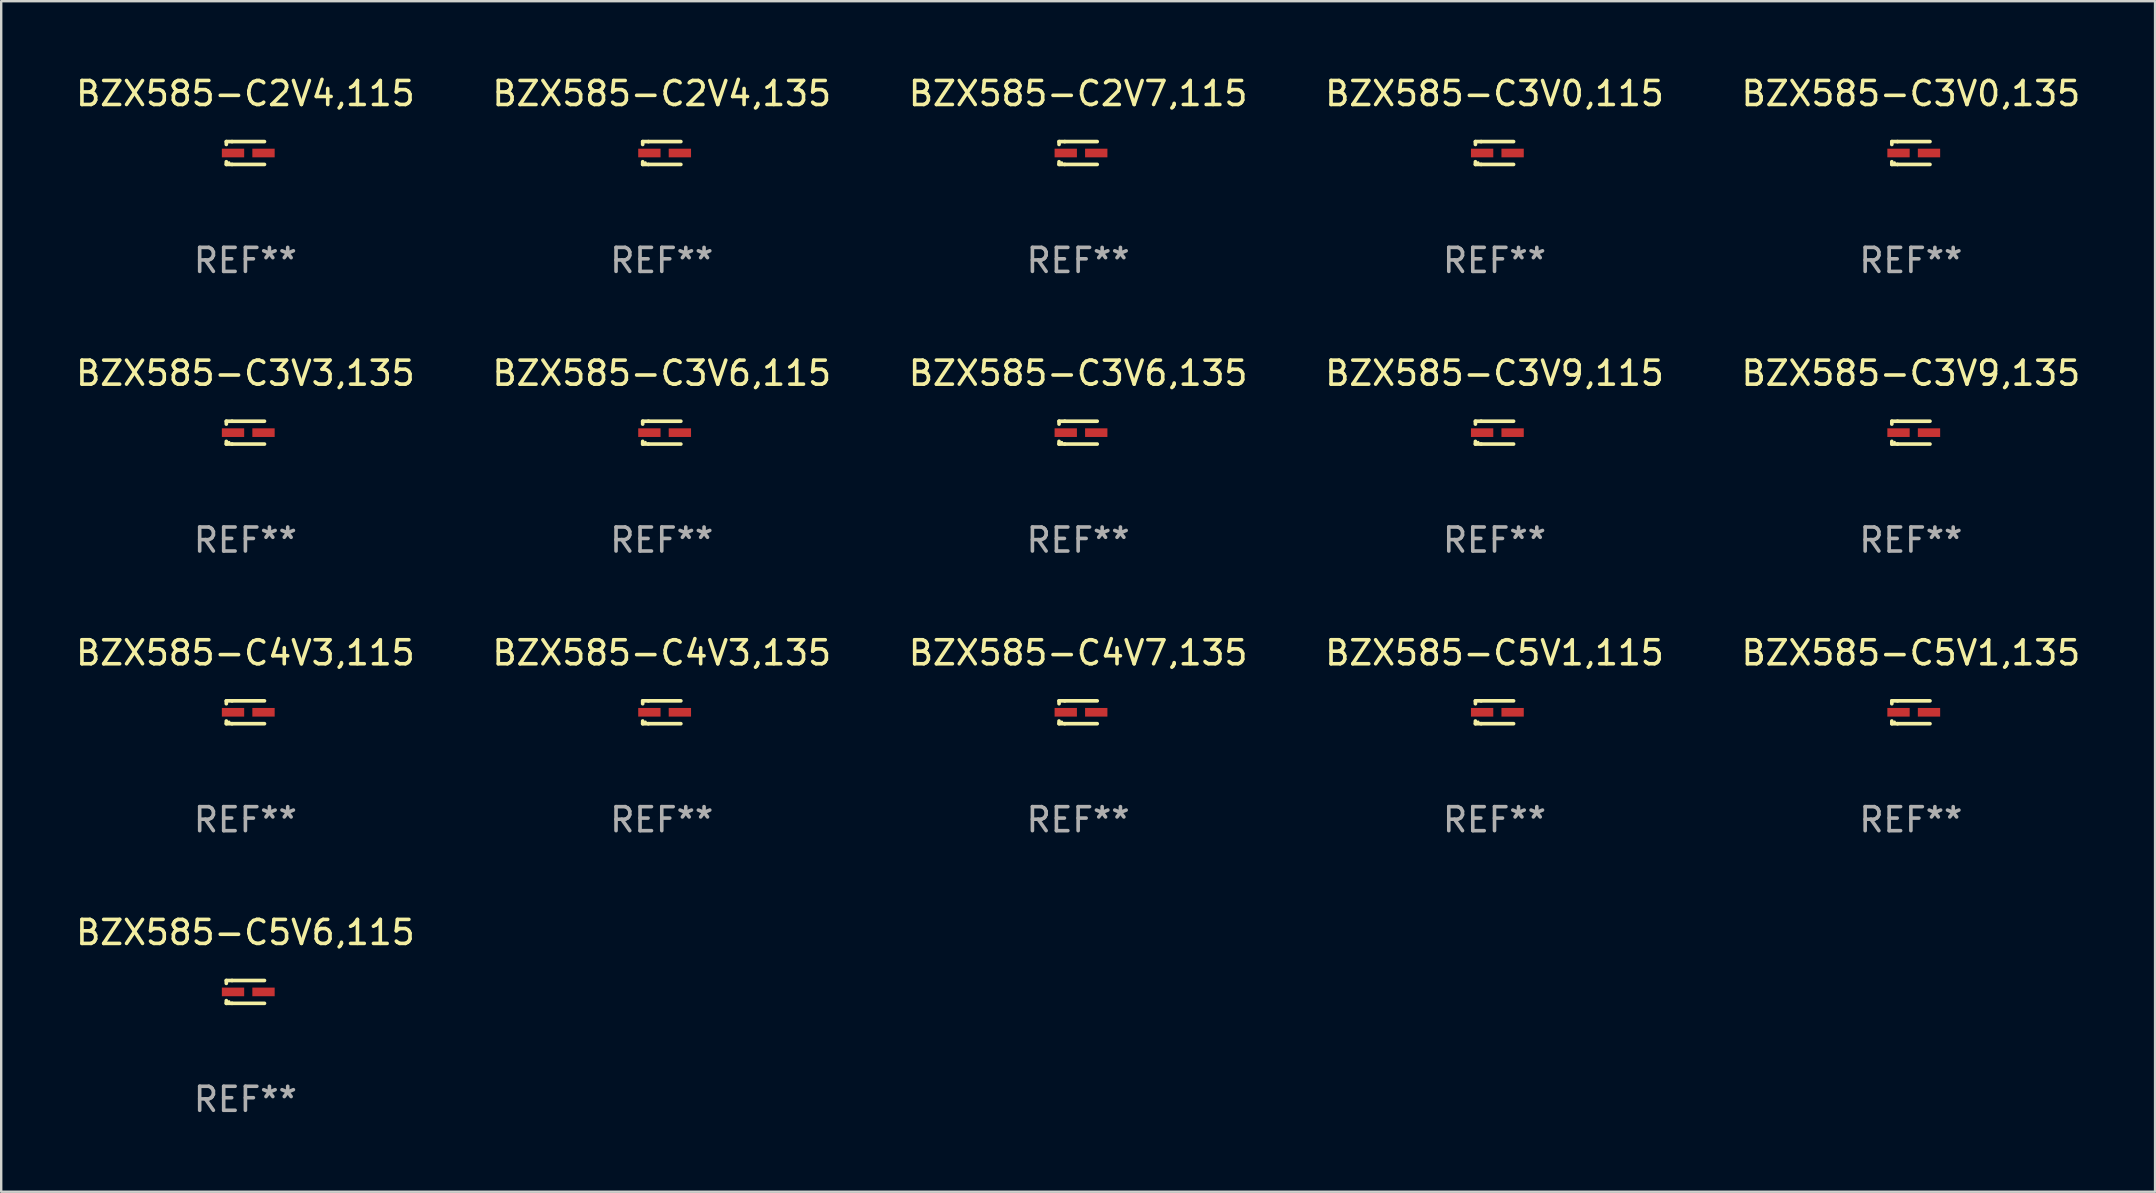
<source format=kicad_pcb>
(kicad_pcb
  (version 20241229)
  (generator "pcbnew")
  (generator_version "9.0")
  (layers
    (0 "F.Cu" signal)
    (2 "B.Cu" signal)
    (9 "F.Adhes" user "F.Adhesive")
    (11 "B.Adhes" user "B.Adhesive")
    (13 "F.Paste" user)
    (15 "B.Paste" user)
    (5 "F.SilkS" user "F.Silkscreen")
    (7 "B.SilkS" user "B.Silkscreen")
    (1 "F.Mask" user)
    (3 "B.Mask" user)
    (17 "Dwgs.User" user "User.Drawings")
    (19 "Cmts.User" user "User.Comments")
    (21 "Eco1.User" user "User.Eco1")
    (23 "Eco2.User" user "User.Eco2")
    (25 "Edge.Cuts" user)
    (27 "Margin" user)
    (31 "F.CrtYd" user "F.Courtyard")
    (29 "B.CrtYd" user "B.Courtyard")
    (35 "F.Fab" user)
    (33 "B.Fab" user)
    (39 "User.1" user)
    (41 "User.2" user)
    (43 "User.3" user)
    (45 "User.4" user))
  (footprint "BZX585-C2V4,135"
    (layer "F.Cu")
    (at 24.518 3.324)
    (property "Reference" "BZX585-C2V4,135" (at 0 -2.476 0) (layer "F.SilkS") (effects (font (size 1 1) (thickness 0.15))))
    (attr through_hole)
    (fp_line (start -0.795 -0.476) (end -0.795 -0.356) (stroke (width 0.152) (type solid)) (layer "F.SilkS"))
    (fp_line (start -0.795 0.363) (end -0.795 0.476) (stroke (width 0.152) (type solid)) (layer "F.SilkS"))
    (fp_line (start -0.795 0.476) (end -0.557 0.476) (stroke (width 0.152) (type solid)) (layer "F.SilkS"))
    (fp_line (start -0.557 -0.476) (end -0.795 -0.476) (stroke (width 0.152) (type solid)) (layer "F.SilkS"))
    (fp_line (start -0.557 -0.476) (end 0.795 -0.476) (stroke (width 0.152) (type solid)) (layer "F.SilkS"))
    (fp_line (start -0.557 0.476) (end 0.795 0.476) (stroke (width 0.152) (type solid)) (layer "F.SilkS"))
    (fp_circle (center -0.681 0.4) (end -0.651 0.4) (stroke (width 0.06) (type solid)) (fill no) (layer "F.SilkS"))
    (fp_text user "REF**" (at 0 4.476 0) (layer "F.Fab") (effects (font (size 1 1) (thickness 0.15))))
    (pad "1" smd rect (at -0.516 0 180) (size 0.93 0.36) (layers "F.Cu" "F.Mask" "F.Paste"))
    (pad "2" smd rect (at 0.754 0 180) (size 0.93 0.36) (layers "F.Cu" "F.Mask" "F.Paste")))
  (footprint "BZX585-C2V4,115"
    (layer "F.Cu")
    (at 7.173 3.324)
    (property "Reference" "BZX585-C2V4,115" (at 0 -2.476 0) (layer "F.SilkS") (effects (font (size 1 1) (thickness 0.15))))
    (attr through_hole)
    (fp_line (start -0.795 -0.476) (end -0.795 -0.356) (stroke (width 0.152) (type solid)) (layer "F.SilkS"))
    (fp_line (start -0.795 0.363) (end -0.795 0.476) (stroke (width 0.152) (type solid)) (layer "F.SilkS"))
    (fp_line (start -0.795 0.476) (end -0.557 0.476) (stroke (width 0.152) (type solid)) (layer "F.SilkS"))
    (fp_line (start -0.557 -0.476) (end -0.795 -0.476) (stroke (width 0.152) (type solid)) (layer "F.SilkS"))
    (fp_line (start -0.557 -0.476) (end 0.795 -0.476) (stroke (width 0.152) (type solid)) (layer "F.SilkS"))
    (fp_line (start -0.557 0.476) (end 0.795 0.476) (stroke (width 0.152) (type solid)) (layer "F.SilkS"))
    (fp_circle (center -0.681 0.4) (end -0.651 0.4) (stroke (width 0.06) (type solid)) (fill no) (layer "F.SilkS"))
    (fp_text user "REF**" (at 0 4.476 0) (layer "F.Fab") (effects (font (size 1 1) (thickness 0.15))))
    (pad "1" smd rect (at -0.516 0 180) (size 0.93 0.36) (layers "F.Cu" "F.Mask" "F.Paste"))
    (pad "2" smd rect (at 0.754 0 180) (size 0.93 0.36) (layers "F.Cu" "F.Mask" "F.Paste")))
  (footprint "BZX585-C5V6,115"
    (layer "F.Cu")
    (at 7.173 38.271)
    (property "Reference" "BZX585-C5V6,115" (at 0 -2.476 0) (layer "F.SilkS") (effects (font (size 1 1) (thickness 0.15))))
    (attr through_hole)
    (fp_line (start -0.795 -0.476) (end -0.795 -0.356) (stroke (width 0.152) (type solid)) (layer "F.SilkS"))
    (fp_line (start -0.795 0.363) (end -0.795 0.476) (stroke (width 0.152) (type solid)) (layer "F.SilkS"))
    (fp_line (start -0.795 0.476) (end -0.557 0.476) (stroke (width 0.152) (type solid)) (layer "F.SilkS"))
    (fp_line (start -0.557 -0.476) (end -0.795 -0.476) (stroke (width 0.152) (type solid)) (layer "F.SilkS"))
    (fp_line (start -0.557 -0.476) (end 0.795 -0.476) (stroke (width 0.152) (type solid)) (layer "F.SilkS"))
    (fp_line (start -0.557 0.476) (end 0.795 0.476) (stroke (width 0.152) (type solid)) (layer "F.SilkS"))
    (fp_circle (center -0.681 0.4) (end -0.651 0.4) (stroke (width 0.06) (type solid)) (fill no) (layer "F.SilkS"))
    (fp_text user "REF**" (at 0 4.476 0) (layer "F.Fab") (effects (font (size 1 1) (thickness 0.15))))
    (pad "1" smd rect (at -0.516 0 180) (size 0.93 0.36) (layers "F.Cu" "F.Mask" "F.Paste"))
    (pad "2" smd rect (at 0.754 0 180) (size 0.93 0.36) (layers "F.Cu" "F.Mask" "F.Paste")))
  (footprint "BZX585-C3V6,135"
    (layer "F.Cu")
    (at 41.863 14.973)
    (property "Reference" "BZX585-C3V6,135" (at 0 -2.476 0) (layer "F.SilkS") (effects (font (size 1 1) (thickness 0.15))))
    (attr through_hole)
    (fp_line (start -0.795 -0.476) (end -0.795 -0.356) (stroke (width 0.152) (type solid)) (layer "F.SilkS"))
    (fp_line (start -0.795 0.363) (end -0.795 0.476) (stroke (width 0.152) (type solid)) (layer "F.SilkS"))
    (fp_line (start -0.795 0.476) (end -0.557 0.476) (stroke (width 0.152) (type solid)) (layer "F.SilkS"))
    (fp_line (start -0.557 -0.476) (end -0.795 -0.476) (stroke (width 0.152) (type solid)) (layer "F.SilkS"))
    (fp_line (start -0.557 -0.476) (end 0.795 -0.476) (stroke (width 0.152) (type solid)) (layer "F.SilkS"))
    (fp_line (start -0.557 0.476) (end 0.795 0.476) (stroke (width 0.152) (type solid)) (layer "F.SilkS"))
    (fp_circle (center -0.681 0.4) (end -0.651 0.4) (stroke (width 0.06) (type solid)) (fill no) (layer "F.SilkS"))
    (fp_text user "REF**" (at 0 4.476 0) (layer "F.Fab") (effects (font (size 1 1) (thickness 0.15))))
    (pad "1" smd rect (at -0.516 0 180) (size 0.93 0.36) (layers "F.Cu" "F.Mask" "F.Paste"))
    (pad "2" smd rect (at 0.754 0 180) (size 0.93 0.36) (layers "F.Cu" "F.Mask" "F.Paste")))
  (footprint "BZX585-C3V6,115"
    (layer "F.Cu")
    (at 24.518 14.973)
    (property "Reference" "BZX585-C3V6,115" (at 0 -2.476 0) (layer "F.SilkS") (effects (font (size 1 1) (thickness 0.15))))
    (attr through_hole)
    (fp_line (start -0.795 -0.476) (end -0.795 -0.356) (stroke (width 0.152) (type solid)) (layer "F.SilkS"))
    (fp_line (start -0.795 0.363) (end -0.795 0.476) (stroke (width 0.152) (type solid)) (layer "F.SilkS"))
    (fp_line (start -0.795 0.476) (end -0.557 0.476) (stroke (width 0.152) (type solid)) (layer "F.SilkS"))
    (fp_line (start -0.557 -0.476) (end -0.795 -0.476) (stroke (width 0.152) (type solid)) (layer "F.SilkS"))
    (fp_line (start -0.557 -0.476) (end 0.795 -0.476) (stroke (width 0.152) (type solid)) (layer "F.SilkS"))
    (fp_line (start -0.557 0.476) (end 0.795 0.476) (stroke (width 0.152) (type solid)) (layer "F.SilkS"))
    (fp_circle (center -0.681 0.4) (end -0.651 0.4) (stroke (width 0.06) (type solid)) (fill no) (layer "F.SilkS"))
    (fp_text user "REF**" (at 0 4.476 0) (layer "F.Fab") (effects (font (size 1 1) (thickness 0.15))))
    (pad "1" smd rect (at -0.516 0 180) (size 0.93 0.36) (layers "F.Cu" "F.Mask" "F.Paste"))
    (pad "2" smd rect (at 0.754 0 180) (size 0.93 0.36) (layers "F.Cu" "F.Mask" "F.Paste")))
  (footprint "BZX585-C4V3,135"
    (layer "F.Cu")
    (at 24.518 26.622)
    (property "Reference" "BZX585-C4V3,135" (at 0 -2.476 0) (layer "F.SilkS") (effects (font (size 1 1) (thickness 0.15))))
    (attr through_hole)
    (fp_line (start -0.795 -0.476) (end -0.795 -0.356) (stroke (width 0.152) (type solid)) (layer "F.SilkS"))
    (fp_line (start -0.795 0.363) (end -0.795 0.476) (stroke (width 0.152) (type solid)) (layer "F.SilkS"))
    (fp_line (start -0.795 0.476) (end -0.557 0.476) (stroke (width 0.152) (type solid)) (layer "F.SilkS"))
    (fp_line (start -0.557 -0.476) (end -0.795 -0.476) (stroke (width 0.152) (type solid)) (layer "F.SilkS"))
    (fp_line (start -0.557 -0.476) (end 0.795 -0.476) (stroke (width 0.152) (type solid)) (layer "F.SilkS"))
    (fp_line (start -0.557 0.476) (end 0.795 0.476) (stroke (width 0.152) (type solid)) (layer "F.SilkS"))
    (fp_circle (center -0.681 0.4) (end -0.651 0.4) (stroke (width 0.06) (type solid)) (fill no) (layer "F.SilkS"))
    (fp_text user "REF**" (at 0 4.476 0) (layer "F.Fab") (effects (font (size 1 1) (thickness 0.15))))
    (pad "1" smd rect (at -0.516 0 180) (size 0.93 0.36) (layers "F.Cu" "F.Mask" "F.Paste"))
    (pad "2" smd rect (at 0.754 0 180) (size 0.93 0.36) (layers "F.Cu" "F.Mask" "F.Paste")))
  (footprint "BZX585-C3V3,135"
    (layer "F.Cu")
    (at 7.173 14.973)
    (property "Reference" "BZX585-C3V3,135" (at 0 -2.476 0) (layer "F.SilkS") (effects (font (size 1 1) (thickness 0.15))))
    (attr through_hole)
    (fp_line (start -0.795 -0.476) (end -0.795 -0.356) (stroke (width 0.152) (type solid)) (layer "F.SilkS"))
    (fp_line (start -0.795 0.363) (end -0.795 0.476) (stroke (width 0.152) (type solid)) (layer "F.SilkS"))
    (fp_line (start -0.795 0.476) (end -0.557 0.476) (stroke (width 0.152) (type solid)) (layer "F.SilkS"))
    (fp_line (start -0.557 -0.476) (end -0.795 -0.476) (stroke (width 0.152) (type solid)) (layer "F.SilkS"))
    (fp_line (start -0.557 -0.476) (end 0.795 -0.476) (stroke (width 0.152) (type solid)) (layer "F.SilkS"))
    (fp_line (start -0.557 0.476) (end 0.795 0.476) (stroke (width 0.152) (type solid)) (layer "F.SilkS"))
    (fp_circle (center -0.681 0.4) (end -0.651 0.4) (stroke (width 0.06) (type solid)) (fill no) (layer "F.SilkS"))
    (fp_text user "REF**" (at 0 4.476 0) (layer "F.Fab") (effects (font (size 1 1) (thickness 0.15))))
    (pad "1" smd rect (at -0.516 0 180) (size 0.93 0.36) (layers "F.Cu" "F.Mask" "F.Paste"))
    (pad "2" smd rect (at 0.754 0 180) (size 0.93 0.36) (layers "F.Cu" "F.Mask" "F.Paste")))
  (footprint "BZX585-C3V0,115"
    (layer "F.Cu")
    (at 59.208 3.324)
    (property "Reference" "BZX585-C3V0,115" (at 0 -2.476 0) (layer "F.SilkS") (effects (font (size 1 1) (thickness 0.15))))
    (attr through_hole)
    (fp_line (start -0.795 -0.476) (end -0.795 -0.356) (stroke (width 0.152) (type solid)) (layer "F.SilkS"))
    (fp_line (start -0.795 0.363) (end -0.795 0.476) (stroke (width 0.152) (type solid)) (layer "F.SilkS"))
    (fp_line (start -0.795 0.476) (end -0.557 0.476) (stroke (width 0.152) (type solid)) (layer "F.SilkS"))
    (fp_line (start -0.557 -0.476) (end -0.795 -0.476) (stroke (width 0.152) (type solid)) (layer "F.SilkS"))
    (fp_line (start -0.557 -0.476) (end 0.795 -0.476) (stroke (width 0.152) (type solid)) (layer "F.SilkS"))
    (fp_line (start -0.557 0.476) (end 0.795 0.476) (stroke (width 0.152) (type solid)) (layer "F.SilkS"))
    (fp_circle (center -0.681 0.4) (end -0.651 0.4) (stroke (width 0.06) (type solid)) (fill no) (layer "F.SilkS"))
    (fp_text user "REF**" (at 0 4.476 0) (layer "F.Fab") (effects (font (size 1 1) (thickness 0.15))))
    (pad "1" smd rect (at -0.516 0 180) (size 0.93 0.36) (layers "F.Cu" "F.Mask" "F.Paste"))
    (pad "2" smd rect (at 0.754 0 180) (size 0.93 0.36) (layers "F.Cu" "F.Mask" "F.Paste")))
  (footprint "BZX585-C4V7,135"
    (layer "F.Cu")
    (at 41.863 26.622)
    (property "Reference" "BZX585-C4V7,135" (at 0 -2.476 0) (layer "F.SilkS") (effects (font (size 1 1) (thickness 0.15))))
    (attr through_hole)
    (fp_line (start -0.795 -0.476) (end -0.795 -0.356) (stroke (width 0.152) (type solid)) (layer "F.SilkS"))
    (fp_line (start -0.795 0.363) (end -0.795 0.476) (stroke (width 0.152) (type solid)) (layer "F.SilkS"))
    (fp_line (start -0.795 0.476) (end -0.557 0.476) (stroke (width 0.152) (type solid)) (layer "F.SilkS"))
    (fp_line (start -0.557 -0.476) (end -0.795 -0.476) (stroke (width 0.152) (type solid)) (layer "F.SilkS"))
    (fp_line (start -0.557 -0.476) (end 0.795 -0.476) (stroke (width 0.152) (type solid)) (layer "F.SilkS"))
    (fp_line (start -0.557 0.476) (end 0.795 0.476) (stroke (width 0.152) (type solid)) (layer "F.SilkS"))
    (fp_circle (center -0.681 0.4) (end -0.651 0.4) (stroke (width 0.06) (type solid)) (fill no) (layer "F.SilkS"))
    (fp_text user "REF**" (at 0 4.476 0) (layer "F.Fab") (effects (font (size 1 1) (thickness 0.15))))
    (pad "1" smd rect (at -0.516 0 180) (size 0.93 0.36) (layers "F.Cu" "F.Mask" "F.Paste"))
    (pad "2" smd rect (at 0.754 0 180) (size 0.93 0.36) (layers "F.Cu" "F.Mask" "F.Paste")))
  (footprint "BZX585-C3V0,135"
    (layer "F.Cu")
    (at 76.554 3.324)
    (property "Reference" "BZX585-C3V0,135" (at 0 -2.476 0) (layer "F.SilkS") (effects (font (size 1 1) (thickness 0.15))))
    (attr through_hole)
    (fp_line (start -0.795 -0.476) (end -0.795 -0.356) (stroke (width 0.152) (type solid)) (layer "F.SilkS"))
    (fp_line (start -0.795 0.363) (end -0.795 0.476) (stroke (width 0.152) (type solid)) (layer "F.SilkS"))
    (fp_line (start -0.795 0.476) (end -0.557 0.476) (stroke (width 0.152) (type solid)) (layer "F.SilkS"))
    (fp_line (start -0.557 -0.476) (end -0.795 -0.476) (stroke (width 0.152) (type solid)) (layer "F.SilkS"))
    (fp_line (start -0.557 -0.476) (end 0.795 -0.476) (stroke (width 0.152) (type solid)) (layer "F.SilkS"))
    (fp_line (start -0.557 0.476) (end 0.795 0.476) (stroke (width 0.152) (type solid)) (layer "F.SilkS"))
    (fp_circle (center -0.681 0.4) (end -0.651 0.4) (stroke (width 0.06) (type solid)) (fill no) (layer "F.SilkS"))
    (fp_text user "REF**" (at 0 4.476 0) (layer "F.Fab") (effects (font (size 1 1) (thickness 0.15))))
    (pad "1" smd rect (at -0.516 0 180) (size 0.93 0.36) (layers "F.Cu" "F.Mask" "F.Paste"))
    (pad "2" smd rect (at 0.754 0 180) (size 0.93 0.36) (layers "F.Cu" "F.Mask" "F.Paste")))
  (footprint "BZX585-C2V7,115"
    (layer "F.Cu")
    (at 41.863 3.324)
    (property "Reference" "BZX585-C2V7,115" (at 0 -2.476 0) (layer "F.SilkS") (effects (font (size 1 1) (thickness 0.15))))
    (attr through_hole)
    (fp_line (start -0.795 -0.476) (end -0.795 -0.356) (stroke (width 0.152) (type solid)) (layer "F.SilkS"))
    (fp_line (start -0.795 0.363) (end -0.795 0.476) (stroke (width 0.152) (type solid)) (layer "F.SilkS"))
    (fp_line (start -0.795 0.476) (end -0.557 0.476) (stroke (width 0.152) (type solid)) (layer "F.SilkS"))
    (fp_line (start -0.557 -0.476) (end -0.795 -0.476) (stroke (width 0.152) (type solid)) (layer "F.SilkS"))
    (fp_line (start -0.557 -0.476) (end 0.795 -0.476) (stroke (width 0.152) (type solid)) (layer "F.SilkS"))
    (fp_line (start -0.557 0.476) (end 0.795 0.476) (stroke (width 0.152) (type solid)) (layer "F.SilkS"))
    (fp_circle (center -0.681 0.4) (end -0.651 0.4) (stroke (width 0.06) (type solid)) (fill no) (layer "F.SilkS"))
    (fp_text user "REF**" (at 0 4.476 0) (layer "F.Fab") (effects (font (size 1 1) (thickness 0.15))))
    (pad "1" smd rect (at -0.516 0 180) (size 0.93 0.36) (layers "F.Cu" "F.Mask" "F.Paste"))
    (pad "2" smd rect (at 0.754 0 180) (size 0.93 0.36) (layers "F.Cu" "F.Mask" "F.Paste")))
  (footprint "BZX585-C3V9,135"
    (layer "F.Cu")
    (at 76.554 14.973)
    (property "Reference" "BZX585-C3V9,135" (at 0 -2.476 0) (layer "F.SilkS") (effects (font (size 1 1) (thickness 0.15))))
    (attr through_hole)
    (fp_line (start -0.795 -0.476) (end -0.795 -0.356) (stroke (width 0.152) (type solid)) (layer "F.SilkS"))
    (fp_line (start -0.795 0.363) (end -0.795 0.476) (stroke (width 0.152) (type solid)) (layer "F.SilkS"))
    (fp_line (start -0.795 0.476) (end -0.557 0.476) (stroke (width 0.152) (type solid)) (layer "F.SilkS"))
    (fp_line (start -0.557 -0.476) (end -0.795 -0.476) (stroke (width 0.152) (type solid)) (layer "F.SilkS"))
    (fp_line (start -0.557 -0.476) (end 0.795 -0.476) (stroke (width 0.152) (type solid)) (layer "F.SilkS"))
    (fp_line (start -0.557 0.476) (end 0.795 0.476) (stroke (width 0.152) (type solid)) (layer "F.SilkS"))
    (fp_circle (center -0.681 0.4) (end -0.651 0.4) (stroke (width 0.06) (type solid)) (fill no) (layer "F.SilkS"))
    (fp_text user "REF**" (at 0 4.476 0) (layer "F.Fab") (effects (font (size 1 1) (thickness 0.15))))
    (pad "1" smd rect (at -0.516 0 180) (size 0.93 0.36) (layers "F.Cu" "F.Mask" "F.Paste"))
    (pad "2" smd rect (at 0.754 0 180) (size 0.93 0.36) (layers "F.Cu" "F.Mask" "F.Paste")))
  (footprint "BZX585-C3V9,115"
    (layer "F.Cu")
    (at 59.208 14.973)
    (property "Reference" "BZX585-C3V9,115" (at 0 -2.476 0) (layer "F.SilkS") (effects (font (size 1 1) (thickness 0.15))))
    (attr through_hole)
    (fp_line (start -0.795 -0.476) (end -0.795 -0.356) (stroke (width 0.152) (type solid)) (layer "F.SilkS"))
    (fp_line (start -0.795 0.363) (end -0.795 0.476) (stroke (width 0.152) (type solid)) (layer "F.SilkS"))
    (fp_line (start -0.795 0.476) (end -0.557 0.476) (stroke (width 0.152) (type solid)) (layer "F.SilkS"))
    (fp_line (start -0.557 -0.476) (end -0.795 -0.476) (stroke (width 0.152) (type solid)) (layer "F.SilkS"))
    (fp_line (start -0.557 -0.476) (end 0.795 -0.476) (stroke (width 0.152) (type solid)) (layer "F.SilkS"))
    (fp_line (start -0.557 0.476) (end 0.795 0.476) (stroke (width 0.152) (type solid)) (layer "F.SilkS"))
    (fp_circle (center -0.681 0.4) (end -0.651 0.4) (stroke (width 0.06) (type solid)) (fill no) (layer "F.SilkS"))
    (fp_text user "REF**" (at 0 4.476 0) (layer "F.Fab") (effects (font (size 1 1) (thickness 0.15))))
    (pad "1" smd rect (at -0.516 0 180) (size 0.93 0.36) (layers "F.Cu" "F.Mask" "F.Paste"))
    (pad "2" smd rect (at 0.754 0 180) (size 0.93 0.36) (layers "F.Cu" "F.Mask" "F.Paste")))
  (footprint "BZX585-C5V1,115"
    (layer "F.Cu")
    (at 59.208 26.622)
    (property "Reference" "BZX585-C5V1,115" (at 0 -2.476 0) (layer "F.SilkS") (effects (font (size 1 1) (thickness 0.15))))
    (attr through_hole)
    (fp_line (start -0.795 -0.476) (end -0.795 -0.356) (stroke (width 0.152) (type solid)) (layer "F.SilkS"))
    (fp_line (start -0.795 0.363) (end -0.795 0.476) (stroke (width 0.152) (type solid)) (layer "F.SilkS"))
    (fp_line (start -0.795 0.476) (end -0.557 0.476) (stroke (width 0.152) (type solid)) (layer "F.SilkS"))
    (fp_line (start -0.557 -0.476) (end -0.795 -0.476) (stroke (width 0.152) (type solid)) (layer "F.SilkS"))
    (fp_line (start -0.557 -0.476) (end 0.795 -0.476) (stroke (width 0.152) (type solid)) (layer "F.SilkS"))
    (fp_line (start -0.557 0.476) (end 0.795 0.476) (stroke (width 0.152) (type solid)) (layer "F.SilkS"))
    (fp_circle (center -0.681 0.4) (end -0.651 0.4) (stroke (width 0.06) (type solid)) (fill no) (layer "F.SilkS"))
    (fp_text user "REF**" (at 0 4.476 0) (layer "F.Fab") (effects (font (size 1 1) (thickness 0.15))))
    (pad "1" smd rect (at -0.516 0 180) (size 0.93 0.36) (layers "F.Cu" "F.Mask" "F.Paste"))
    (pad "2" smd rect (at 0.754 0 180) (size 0.93 0.36) (layers "F.Cu" "F.Mask" "F.Paste")))
  (footprint "BZX585-C5V1,135"
    (layer "F.Cu")
    (at 76.554 26.622)
    (property "Reference" "BZX585-C5V1,135" (at 0 -2.476 0) (layer "F.SilkS") (effects (font (size 1 1) (thickness 0.15))))
    (attr through_hole)
    (fp_line (start -0.795 -0.476) (end -0.795 -0.356) (stroke (width 0.152) (type solid)) (layer "F.SilkS"))
    (fp_line (start -0.795 0.363) (end -0.795 0.476) (stroke (width 0.152) (type solid)) (layer "F.SilkS"))
    (fp_line (start -0.795 0.476) (end -0.557 0.476) (stroke (width 0.152) (type solid)) (layer "F.SilkS"))
    (fp_line (start -0.557 -0.476) (end -0.795 -0.476) (stroke (width 0.152) (type solid)) (layer "F.SilkS"))
    (fp_line (start -0.557 -0.476) (end 0.795 -0.476) (stroke (width 0.152) (type solid)) (layer "F.SilkS"))
    (fp_line (start -0.557 0.476) (end 0.795 0.476) (stroke (width 0.152) (type solid)) (layer "F.SilkS"))
    (fp_circle (center -0.681 0.4) (end -0.651 0.4) (stroke (width 0.06) (type solid)) (fill no) (layer "F.SilkS"))
    (fp_text user "REF**" (at 0 4.476 0) (layer "F.Fab") (effects (font (size 1 1) (thickness 0.15))))
    (pad "1" smd rect (at -0.516 0 180) (size 0.93 0.36) (layers "F.Cu" "F.Mask" "F.Paste"))
    (pad "2" smd rect (at 0.754 0 180) (size 0.93 0.36) (layers "F.Cu" "F.Mask" "F.Paste")))
  (footprint "BZX585-C4V3,115"
    (layer "F.Cu")
    (at 7.173 26.622)
    (property "Reference" "BZX585-C4V3,115" (at 0 -2.476 0) (layer "F.SilkS") (effects (font (size 1 1) (thickness 0.15))))
    (attr through_hole)
    (fp_line (start -0.795 -0.476) (end -0.795 -0.356) (stroke (width 0.152) (type solid)) (layer "F.SilkS"))
    (fp_line (start -0.795 0.363) (end -0.795 0.476) (stroke (width 0.152) (type solid)) (layer "F.SilkS"))
    (fp_line (start -0.795 0.476) (end -0.557 0.476) (stroke (width 0.152) (type solid)) (layer "F.SilkS"))
    (fp_line (start -0.557 -0.476) (end -0.795 -0.476) (stroke (width 0.152) (type solid)) (layer "F.SilkS"))
    (fp_line (start -0.557 -0.476) (end 0.795 -0.476) (stroke (width 0.152) (type solid)) (layer "F.SilkS"))
    (fp_line (start -0.557 0.476) (end 0.795 0.476) (stroke (width 0.152) (type solid)) (layer "F.SilkS"))
    (fp_circle (center -0.681 0.4) (end -0.651 0.4) (stroke (width 0.06) (type solid)) (fill no) (layer "F.SilkS"))
    (fp_text user "REF**" (at 0 4.476 0) (layer "F.Fab") (effects (font (size 1 1) (thickness 0.15))))
    (pad "1" smd rect (at -0.516 0 180) (size 0.93 0.36) (layers "F.Cu" "F.Mask" "F.Paste"))
    (pad "2" smd rect (at 0.754 0 180) (size 0.93 0.36) (layers "F.Cu" "F.Mask" "F.Paste")))
  (gr_rect
    (start -3 -3)
    (end 86.726 46.596)
    (stroke (width 0.1) (type default))
    (fill no)
    (layer "Edge.Cuts")))
</source>
